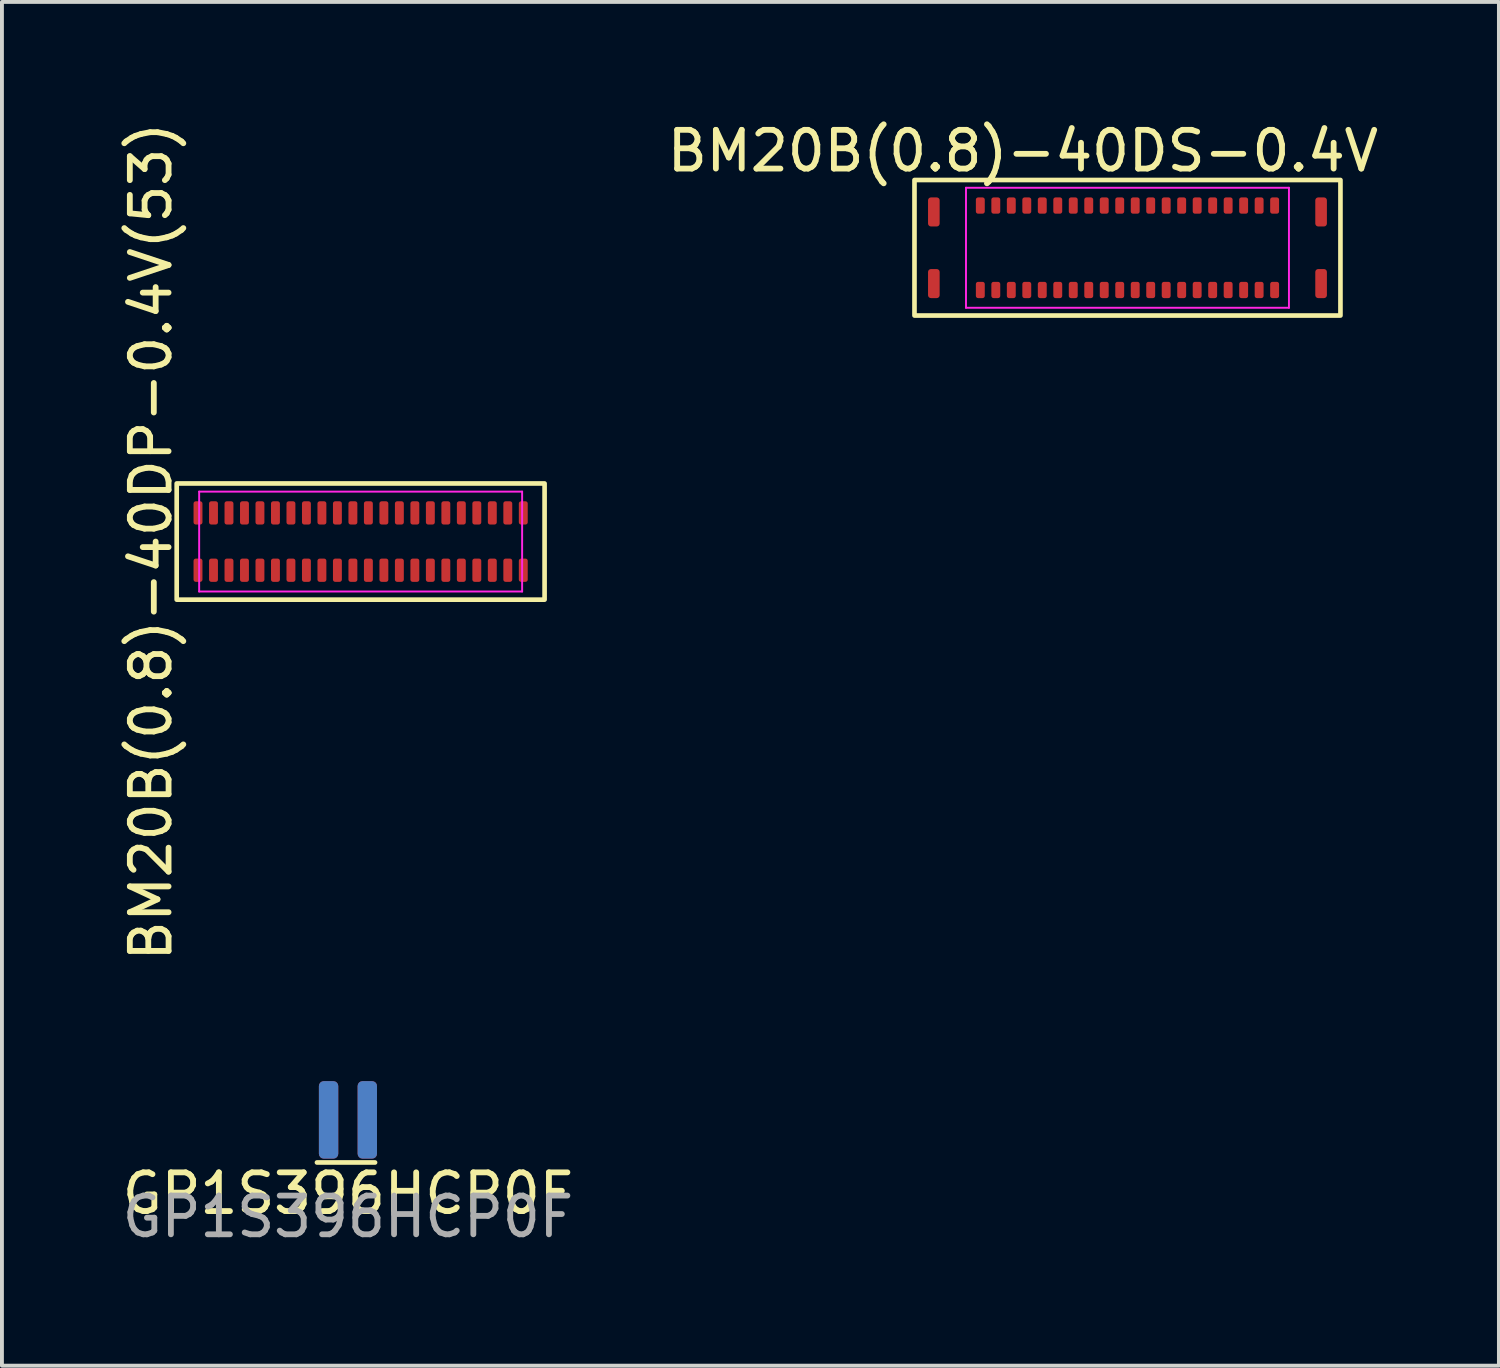
<source format=kicad_pcb>
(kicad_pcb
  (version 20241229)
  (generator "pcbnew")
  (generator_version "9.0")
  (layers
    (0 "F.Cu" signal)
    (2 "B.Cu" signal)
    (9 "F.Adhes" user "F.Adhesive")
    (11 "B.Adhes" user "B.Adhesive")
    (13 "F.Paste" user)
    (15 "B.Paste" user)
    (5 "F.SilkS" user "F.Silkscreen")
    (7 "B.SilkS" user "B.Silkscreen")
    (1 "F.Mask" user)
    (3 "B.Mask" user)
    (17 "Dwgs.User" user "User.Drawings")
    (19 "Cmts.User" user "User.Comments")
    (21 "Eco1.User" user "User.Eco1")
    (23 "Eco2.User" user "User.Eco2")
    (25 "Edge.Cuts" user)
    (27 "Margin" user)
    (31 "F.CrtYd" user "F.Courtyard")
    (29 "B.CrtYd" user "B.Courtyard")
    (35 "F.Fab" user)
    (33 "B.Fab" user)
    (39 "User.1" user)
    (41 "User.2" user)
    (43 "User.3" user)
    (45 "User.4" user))
  (footprint "GP1S396HCP0F"
    (layer "F.Cu")
    (at 5.935 25.869)
    (property "Reference" "GP1S396HCP0F" (at 0 1.9 0) (unlocked yes) (layer "F.SilkS") (effects (font (size 1 1) (thickness 0.15))))
    (attr smd)
    (fp_line (start -0.8 1.1) (end 0.7 1.1) (stroke (width 0.12) (type solid)) (layer "F.SilkS"))
    (fp_text user "${REFERENCE}" (at 0 2.5 0) (unlocked yes) (layer "F.Fab") (effects (font (size 1 1) (thickness 0.15))))
    (pad "A" smd roundrect (at -0.5 0) (size 0.5 2) (layers "B.Cu" "B.Mask" "B.Paste") (roundrect_rratio 0.25))
    (pad "C" smd roundrect (at -0.5 0) (size 0.5 2) (layers "F.Cu" "F.Mask" "F.Paste") (roundrect_rratio 0.25))
    (pad "E" smd roundrect (at 0.5 0) (size 0.5 2) (layers "F.Cu" "F.Mask" "F.Paste") (roundrect_rratio 0.25))
    (pad "K" smd roundrect (at 0.5 0) (size 0.5 2) (layers "B.Cu" "B.Mask" "B.Paste") (roundrect_rratio 0.25)))
  (footprint "BM20B(0.8)-40DP-0.4V(53)"
    (layer "F.Cu")
    (at 6.263 10.935)
    (property "Reference" "BM20B(0.8)-40DP-0.4V(53)" (at -5.415 0 90) (layer "F.SilkS") (effects (font (size 1 1) (thickness 0.15))))
    (attr smd)
    (fp_rect (start -4.75 -1.5) (end 4.75 1.5) (stroke (width 0.12) (type solid)) (fill no) (layer "F.SilkS"))
    (fp_line (start -4.17 -1.29) (end 4.17 -1.29) (stroke (width 0.05) (type solid)) (layer "F.CrtYd"))
    (fp_line (start -4.17 1.29) (end -4.17 -1.29) (stroke (width 0.05) (type solid)) (layer "F.CrtYd"))
    (fp_line (start 4.17 -1.29) (end 4.17 1.29) (stroke (width 0.05) (type solid)) (layer "F.CrtYd"))
    (fp_line (start 4.17 1.29) (end -4.17 1.29) (stroke (width 0.05) (type solid)) (layer "F.CrtYd"))
    (pad "1" smd roundrect (at -3.8 0.74) (size 0.23 0.6) (layers "F.Cu" "F.Mask" "F.Paste") (roundrect_rratio 0.25))
    (pad "2" smd roundrect (at -3.4 0.74) (size 0.23 0.6) (layers "F.Cu" "F.Mask" "F.Paste") (roundrect_rratio 0.25))
    (pad "3" smd roundrect (at -3 0.74) (size 0.23 0.6) (layers "F.Cu" "F.Mask" "F.Paste") (roundrect_rratio 0.25))
    (pad "4" smd roundrect (at -2.6 0.74) (size 0.23 0.6) (layers "F.Cu" "F.Mask" "F.Paste") (roundrect_rratio 0.25))
    (pad "5" smd roundrect (at -2.2 0.74) (size 0.23 0.6) (layers "F.Cu" "F.Mask" "F.Paste") (roundrect_rratio 0.25))
    (pad "6" smd roundrect (at -1.8 0.74) (size 0.23 0.6) (layers "F.Cu" "F.Mask" "F.Paste") (roundrect_rratio 0.25))
    (pad "7" smd roundrect (at -1.4 0.74) (size 0.23 0.6) (layers "F.Cu" "F.Mask" "F.Paste") (roundrect_rratio 0.25))
    (pad "8" smd roundrect (at -1 0.74) (size 0.23 0.6) (layers "F.Cu" "F.Mask" "F.Paste") (roundrect_rratio 0.25))
    (pad "9" smd roundrect (at -0.6 0.74) (size 0.23 0.6) (layers "F.Cu" "F.Mask" "F.Paste") (roundrect_rratio 0.25))
    (pad "10" smd roundrect (at -0.2 0.74) (size 0.23 0.6) (layers "F.Cu" "F.Mask" "F.Paste") (roundrect_rratio 0.25))
    (pad "11" smd roundrect (at 0.2 0.74) (size 0.23 0.6) (layers "F.Cu" "F.Mask" "F.Paste") (roundrect_rratio 0.25))
    (pad "12" smd roundrect (at 0.6 0.74) (size 0.23 0.6) (layers "F.Cu" "F.Mask" "F.Paste") (roundrect_rratio 0.25))
    (pad "13" smd roundrect (at 1 0.74) (size 0.23 0.6) (layers "F.Cu" "F.Mask" "F.Paste") (roundrect_rratio 0.25))
    (pad "14" smd roundrect (at 1.4 0.74) (size 0.23 0.6) (layers "F.Cu" "F.Mask" "F.Paste") (roundrect_rratio 0.25))
    (pad "15" smd roundrect (at 1.8 0.74) (size 0.23 0.6) (layers "F.Cu" "F.Mask" "F.Paste") (roundrect_rratio 0.25))
    (pad "16" smd roundrect (at 2.2 0.74) (size 0.23 0.6) (layers "F.Cu" "F.Mask" "F.Paste") (roundrect_rratio 0.25))
    (pad "17" smd roundrect (at 2.6 0.74) (size 0.23 0.6) (layers "F.Cu" "F.Mask" "F.Paste") (roundrect_rratio 0.25))
    (pad "18" smd roundrect (at 3 0.74) (size 0.23 0.6) (layers "F.Cu" "F.Mask" "F.Paste") (roundrect_rratio 0.25))
    (pad "19" smd roundrect (at 3.4 0.74) (size 0.23 0.6) (layers "F.Cu" "F.Mask" "F.Paste") (roundrect_rratio 0.25))
    (pad "20" smd roundrect (at 3.8 0.74) (size 0.23 0.6) (layers "F.Cu" "F.Mask" "F.Paste") (roundrect_rratio 0.25))
    (pad "21" smd roundrect (at 3.8 -0.74) (size 0.23 0.6) (layers "F.Cu" "F.Mask" "F.Paste") (roundrect_rratio 0.25))
    (pad "22" smd roundrect (at 3.4 -0.74) (size 0.23 0.6) (layers "F.Cu" "F.Mask" "F.Paste") (roundrect_rratio 0.25))
    (pad "23" smd roundrect (at 3 -0.74) (size 0.23 0.6) (layers "F.Cu" "F.Mask" "F.Paste") (roundrect_rratio 0.25))
    (pad "24" smd roundrect (at 2.6 -0.74) (size 0.23 0.6) (layers "F.Cu" "F.Mask" "F.Paste") (roundrect_rratio 0.25))
    (pad "25" smd roundrect (at 2.2 -0.74) (size 0.23 0.6) (layers "F.Cu" "F.Mask" "F.Paste") (roundrect_rratio 0.25))
    (pad "26" smd roundrect (at 1.8 -0.74) (size 0.23 0.6) (layers "F.Cu" "F.Mask" "F.Paste") (roundrect_rratio 0.25))
    (pad "27" smd roundrect (at 1.4 -0.74) (size 0.23 0.6) (layers "F.Cu" "F.Mask" "F.Paste") (roundrect_rratio 0.25))
    (pad "28" smd roundrect (at 1 -0.74) (size 0.23 0.6) (layers "F.Cu" "F.Mask" "F.Paste") (roundrect_rratio 0.25))
    (pad "29" smd roundrect (at 0.6 -0.74) (size 0.23 0.6) (layers "F.Cu" "F.Mask" "F.Paste") (roundrect_rratio 0.25))
    (pad "30" smd roundrect (at 0.2 -0.74) (size 0.23 0.6) (layers "F.Cu" "F.Mask" "F.Paste") (roundrect_rratio 0.25))
    (pad "31" smd roundrect (at -0.2 -0.74) (size 0.23 0.6) (layers "F.Cu" "F.Mask" "F.Paste") (roundrect_rratio 0.25))
    (pad "32" smd roundrect (at -0.6 -0.74) (size 0.23 0.6) (layers "F.Cu" "F.Mask" "F.Paste") (roundrect_rratio 0.25))
    (pad "33" smd roundrect (at -1 -0.74) (size 0.23 0.6) (layers "F.Cu" "F.Mask" "F.Paste") (roundrect_rratio 0.25))
    (pad "34" smd roundrect (at -1.4 -0.74) (size 0.23 0.6) (layers "F.Cu" "F.Mask" "F.Paste") (roundrect_rratio 0.25))
    (pad "35" smd roundrect (at -1.8 -0.74) (size 0.23 0.6) (layers "F.Cu" "F.Mask" "F.Paste") (roundrect_rratio 0.25))
    (pad "36" smd roundrect (at -2.2 -0.74) (size 0.23 0.6) (layers "F.Cu" "F.Mask" "F.Paste") (roundrect_rratio 0.25))
    (pad "37" smd roundrect (at -2.6 -0.74) (size 0.23 0.6) (layers "F.Cu" "F.Mask" "F.Paste") (roundrect_rratio 0.25))
    (pad "38" smd roundrect (at -3 -0.74) (size 0.23 0.6) (layers "F.Cu" "F.Mask" "F.Paste") (roundrect_rratio 0.25))
    (pad "39" smd roundrect (at -3.4 -0.74) (size 0.23 0.6) (layers "F.Cu" "F.Mask" "F.Paste") (roundrect_rratio 0.25))
    (pad "40" smd roundrect (at -3.8 -0.74) (size 0.23 0.6) (layers "F.Cu" "F.Mask" "F.Paste") (roundrect_rratio 0.25))
    (pad "G1" smd roundrect (at -4.2 0.74) (size 0.23 0.6) (layers "F.Cu" "F.Mask" "F.Paste") (roundrect_rratio 0.25))
    (pad "G1" smd roundrect (at 4.2 0.74) (size 0.23 0.6) (layers "F.Cu" "F.Mask" "F.Paste") (roundrect_rratio 0.25))
    (pad "G2" smd roundrect (at -4.2 -0.74) (size 0.23 0.6) (layers "F.Cu" "F.Mask" "F.Paste") (roundrect_rratio 0.25))
    (pad "G2" smd roundrect (at 4.2 -0.74) (size 0.23 0.6) (layers "F.Cu" "F.Mask" "F.Paste") (roundrect_rratio 0.25)))
  (footprint "BM20B(0.8)-40DS-0.4V"
    (layer "F.Cu")
    (at 25.615 3.348)
    (property "Reference" "BM20B(0.8)-40DS-0.4V" (at -2.25 -2.5 180) (layer "F.SilkS") (effects (font (size 1 1) (thickness 0.15))))
    (attr smd)
    (fp_rect (start 5.95 -1.75) (end -5.05 1.75) (stroke (width 0.12) (type solid)) (fill no) (layer "F.SilkS"))
    (fp_line (start -3.72 -1.55) (end -3.72 1.55) (stroke (width 0.05) (type solid)) (layer "F.CrtYd"))
    (fp_line (start -3.72 1.55) (end 4.62 1.55) (stroke (width 0.05) (type solid)) (layer "F.CrtYd"))
    (fp_line (start 4.62 -1.55) (end -3.72 -1.55) (stroke (width 0.05) (type solid)) (layer "F.CrtYd"))
    (fp_line (start 4.62 1.55) (end 4.62 -1.55) (stroke (width 0.05) (type solid)) (layer "F.CrtYd"))
    (pad "1" smd roundrect (at 4.25 1.09) (size 0.23 0.42) (layers "F.Cu" "F.Mask" "F.Paste") (roundrect_rratio 0.25))
    (pad "2" smd roundrect (at 3.85 1.09) (size 0.23 0.42) (layers "F.Cu" "F.Mask" "F.Paste") (roundrect_rratio 0.25))
    (pad "3" smd roundrect (at 3.45 1.09) (size 0.23 0.42) (layers "F.Cu" "F.Mask" "F.Paste") (roundrect_rratio 0.25))
    (pad "4" smd roundrect (at 3.05 1.09) (size 0.23 0.42) (layers "F.Cu" "F.Mask" "F.Paste") (roundrect_rratio 0.25))
    (pad "5" smd roundrect (at 2.65 1.09) (size 0.23 0.42) (layers "F.Cu" "F.Mask" "F.Paste") (roundrect_rratio 0.25))
    (pad "6" smd roundrect (at 2.25 1.09) (size 0.23 0.42) (layers "F.Cu" "F.Mask" "F.Paste") (roundrect_rratio 0.25))
    (pad "7" smd roundrect (at 1.85 1.09) (size 0.23 0.42) (layers "F.Cu" "F.Mask" "F.Paste") (roundrect_rratio 0.25))
    (pad "8" smd roundrect (at 1.45 1.09) (size 0.23 0.42) (layers "F.Cu" "F.Mask" "F.Paste") (roundrect_rratio 0.25))
    (pad "9" smd roundrect (at 1.05 1.09) (size 0.23 0.42) (layers "F.Cu" "F.Mask" "F.Paste") (roundrect_rratio 0.25))
    (pad "10" smd roundrect (at 0.65 1.09) (size 0.23 0.42) (layers "F.Cu" "F.Mask" "F.Paste") (roundrect_rratio 0.25))
    (pad "11" smd roundrect (at 0.25 1.09) (size 0.23 0.42) (layers "F.Cu" "F.Mask" "F.Paste") (roundrect_rratio 0.25))
    (pad "12" smd roundrect (at -0.15 1.09) (size 0.23 0.42) (layers "F.Cu" "F.Mask" "F.Paste") (roundrect_rratio 0.25))
    (pad "13" smd roundrect (at -0.55 1.09) (size 0.23 0.42) (layers "F.Cu" "F.Mask" "F.Paste") (roundrect_rratio 0.25))
    (pad "14" smd roundrect (at -0.95 1.09) (size 0.23 0.42) (layers "F.Cu" "F.Mask" "F.Paste") (roundrect_rratio 0.25))
    (pad "15" smd roundrect (at -1.35 1.09) (size 0.23 0.42) (layers "F.Cu" "F.Mask" "F.Paste") (roundrect_rratio 0.25))
    (pad "16" smd roundrect (at -1.75 1.09) (size 0.23 0.42) (layers "F.Cu" "F.Mask" "F.Paste") (roundrect_rratio 0.25))
    (pad "17" smd roundrect (at -2.15 1.09) (size 0.23 0.42) (layers "F.Cu" "F.Mask" "F.Paste") (roundrect_rratio 0.25))
    (pad "18" smd roundrect (at -2.55 1.09) (size 0.23 0.42) (layers "F.Cu" "F.Mask" "F.Paste") (roundrect_rratio 0.25))
    (pad "19" smd roundrect (at -2.95 1.09) (size 0.23 0.42) (layers "F.Cu" "F.Mask" "F.Paste") (roundrect_rratio 0.25))
    (pad "20" smd roundrect (at -3.35 1.09) (size 0.23 0.42) (layers "F.Cu" "F.Mask" "F.Paste") (roundrect_rratio 0.25))
    (pad "21" smd roundrect (at -3.35 -1.09) (size 0.23 0.42) (layers "F.Cu" "F.Mask" "F.Paste") (roundrect_rratio 0.25))
    (pad "22" smd roundrect (at -2.95 -1.09) (size 0.23 0.42) (layers "F.Cu" "F.Mask" "F.Paste") (roundrect_rratio 0.25))
    (pad "23" smd roundrect (at -2.55 -1.09) (size 0.23 0.42) (layers "F.Cu" "F.Mask" "F.Paste") (roundrect_rratio 0.25))
    (pad "24" smd roundrect (at -2.15 -1.09) (size 0.23 0.42) (layers "F.Cu" "F.Mask" "F.Paste") (roundrect_rratio 0.25))
    (pad "25" smd roundrect (at -1.75 -1.09) (size 0.23 0.42) (layers "F.Cu" "F.Mask" "F.Paste") (roundrect_rratio 0.25))
    (pad "26" smd roundrect (at -1.35 -1.09) (size 0.23 0.42) (layers "F.Cu" "F.Mask" "F.Paste") (roundrect_rratio 0.25))
    (pad "27" smd roundrect (at -0.95 -1.09) (size 0.23 0.42) (layers "F.Cu" "F.Mask" "F.Paste") (roundrect_rratio 0.25))
    (pad "28" smd roundrect (at -0.55 -1.09) (size 0.23 0.42) (layers "F.Cu" "F.Mask" "F.Paste") (roundrect_rratio 0.25))
    (pad "29" smd roundrect (at -0.15 -1.09) (size 0.23 0.42) (layers "F.Cu" "F.Mask" "F.Paste") (roundrect_rratio 0.25))
    (pad "30" smd roundrect (at 0.25 -1.09) (size 0.23 0.42) (layers "F.Cu" "F.Mask" "F.Paste") (roundrect_rratio 0.25))
    (pad "31" smd roundrect (at 0.65 -1.09) (size 0.23 0.42) (layers "F.Cu" "F.Mask" "F.Paste") (roundrect_rratio 0.25))
    (pad "32" smd roundrect (at 1.05 -1.09) (size 0.23 0.42) (layers "F.Cu" "F.Mask" "F.Paste") (roundrect_rratio 0.25))
    (pad "33" smd roundrect (at 1.45 -1.09) (size 0.23 0.42) (layers "F.Cu" "F.Mask" "F.Paste") (roundrect_rratio 0.25))
    (pad "34" smd roundrect (at 1.85 -1.09) (size 0.23 0.42) (layers "F.Cu" "F.Mask" "F.Paste") (roundrect_rratio 0.25))
    (pad "35" smd roundrect (at 2.25 -1.09) (size 0.23 0.42) (layers "F.Cu" "F.Mask" "F.Paste") (roundrect_rratio 0.25))
    (pad "36" smd roundrect (at 2.65 -1.09) (size 0.23 0.42) (layers "F.Cu" "F.Mask" "F.Paste") (roundrect_rratio 0.25))
    (pad "37" smd roundrect (at 3.05 -1.09) (size 0.23 0.42) (layers "F.Cu" "F.Mask" "F.Paste") (roundrect_rratio 0.25))
    (pad "38" smd roundrect (at 3.45 -1.09) (size 0.23 0.42) (layers "F.Cu" "F.Mask" "F.Paste") (roundrect_rratio 0.25))
    (pad "39" smd roundrect (at 3.85 -1.09) (size 0.23 0.42) (layers "F.Cu" "F.Mask" "F.Paste") (roundrect_rratio 0.25))
    (pad "40" smd roundrect (at 4.25 -1.09) (size 0.23 0.42) (layers "F.Cu" "F.Mask" "F.Paste") (roundrect_rratio 0.25))
    (pad "G1" smd roundrect (at -4.55 0.925) (size 0.3 0.75) (layers "F.Cu" "F.Mask" "F.Paste") (roundrect_rratio 0.25))
    (pad "G1" smd roundrect (at 5.45 0.925) (size 0.3 0.75) (layers "F.Cu" "F.Mask" "F.Paste") (roundrect_rratio 0.25))
    (pad "G2" smd roundrect (at -4.55 -0.925) (size 0.3 0.75) (layers "F.Cu" "F.Mask" "F.Paste") (roundrect_rratio 0.25))
    (pad "G2" smd roundrect (at 5.45 -0.925) (size 0.3 0.75) (layers "F.Cu" "F.Mask" "F.Paste") (roundrect_rratio 0.25)))
  (gr_rect
    (start -3 -3)
    (end 35.657 32.217)
    (stroke (width 0.1) (type default))
    (fill no)
    (layer "Edge.Cuts")))
</source>
